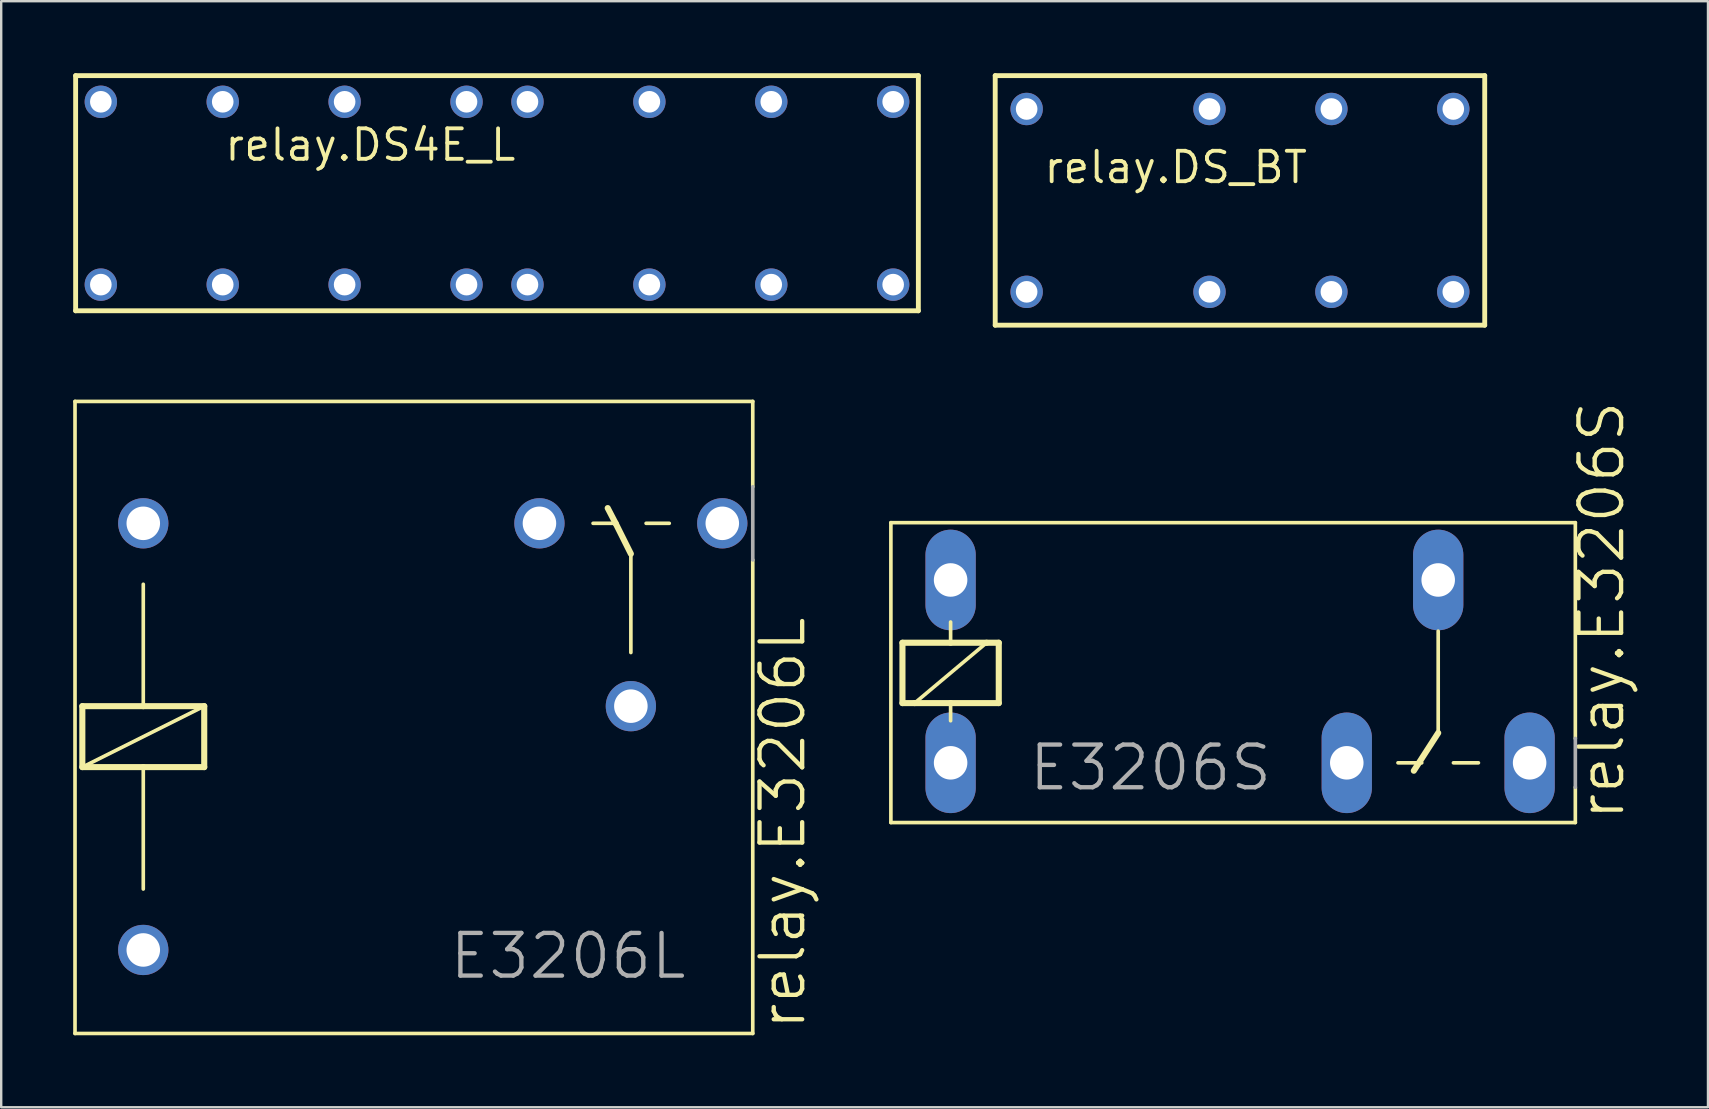
<source format=kicad_pcb>
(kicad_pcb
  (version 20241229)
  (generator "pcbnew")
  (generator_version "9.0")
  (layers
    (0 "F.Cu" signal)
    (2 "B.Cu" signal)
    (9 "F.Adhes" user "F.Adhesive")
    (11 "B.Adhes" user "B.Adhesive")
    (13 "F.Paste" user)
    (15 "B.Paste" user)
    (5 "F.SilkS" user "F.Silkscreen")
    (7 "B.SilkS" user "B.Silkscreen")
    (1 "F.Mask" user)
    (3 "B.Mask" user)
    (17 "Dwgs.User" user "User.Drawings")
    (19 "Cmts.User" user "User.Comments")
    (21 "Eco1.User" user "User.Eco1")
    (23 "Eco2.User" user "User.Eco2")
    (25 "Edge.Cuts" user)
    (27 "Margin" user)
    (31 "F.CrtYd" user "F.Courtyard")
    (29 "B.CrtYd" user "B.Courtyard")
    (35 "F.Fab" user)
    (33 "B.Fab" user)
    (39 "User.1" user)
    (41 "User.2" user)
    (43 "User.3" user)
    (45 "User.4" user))
  (footprint "relay.DS_BT"
    (layer "F.Cu")
    (at 48.625 5.302)
    (property "Reference" "relay.DS_BT" (at -8.255 -0.635 0) (layer "F.SilkS") (effects (font (size 1.27 1.27) (thickness 0.16)) (justify left bottom)))
    (attr through_hole)
    (fp_line (start -10.2 -5.2) (end 10.2 -5.2) (stroke (width 0.203) (type default)) (layer "F.SilkS"))
    (fp_line (start -10.2 5.2) (end -10.2 -5.2) (stroke (width 0.203) (type default)) (layer "F.SilkS"))
    (fp_line (start 10.2 -5.2) (end 10.2 5.2) (stroke (width 0.203) (type default)) (layer "F.SilkS"))
    (fp_line (start 10.2 5.2) (end -10.2 5.2) (stroke (width 0.203) (type default)) (layer "F.SilkS"))
    (pad "1" thru_hole circle (at -8.89 3.81) (size 1.35 1.35) (drill 0.9) (layers "*.Cu" "*.Mask"))
    (pad "4" thru_hole circle (at -1.27 3.81) (size 1.35 1.35) (drill 0.9) (layers "*.Cu" "*.Mask"))
    (pad "6" thru_hole circle (at 3.81 3.81) (size 1.35 1.35) (drill 0.9) (layers "*.Cu" "*.Mask"))
    (pad "8" thru_hole circle (at 8.89 3.81) (size 1.35 1.35) (drill 0.9) (layers "*.Cu" "*.Mask"))
    (pad "9" thru_hole circle (at 8.89 -3.81) (size 1.35 1.35) (drill 0.9) (layers "*.Cu" "*.Mask"))
    (pad "11" thru_hole circle (at 3.81 -3.81) (size 1.35 1.35) (drill 0.9) (layers "*.Cu" "*.Mask"))
    (pad "13" thru_hole circle (at -1.27 -3.81) (size 1.35 1.35) (drill 0.9) (layers "*.Cu" "*.Mask"))
    (pad "16" thru_hole circle (at -8.89 -3.81) (size 1.35 1.35) (drill 0.9) (layers "*.Cu" "*.Mask")))
  (footprint "relay.E3206S"
    (layer "F.Cu")
    (at 39.741 24.93)
    (property "Reference" "relay.E3206S" (at 24.994 6.299 90) (layer "F.SilkS") (effects (font (size 1.778 1.778) (thickness 0.18)) (justify left bottom)))
    (attr through_hole)
    (fp_line (start -5.664 -6.198) (end -5.664 6.299) (stroke (width 0.152) (type default)) (layer "F.SilkS"))
    (fp_line (start -5.664 6.299) (end 22.86 6.299) (stroke (width 0.152) (type default)) (layer "F.SilkS"))
    (fp_line (start -5.182 -1.194) (end -3.175 -1.194) (stroke (width 0.254) (type default)) (layer "F.SilkS"))
    (fp_line (start -5.182 1.321) (end -5.182 -1.194) (stroke (width 0.254) (type default)) (layer "F.SilkS"))
    (fp_line (start -4.674 1.321) (end -5.182 1.321) (stroke (width 0.254) (type default)) (layer "F.SilkS"))
    (fp_line (start -3.175 -2.057) (end -3.175 -1.194) (stroke (width 0.152) (type default)) (layer "F.SilkS"))
    (fp_line (start -3.175 -1.194) (end -1.676 -1.194) (stroke (width 0.254) (type default)) (layer "F.SilkS"))
    (fp_line (start -3.175 1.321) (end -4.674 1.321) (stroke (width 0.254) (type default)) (layer "F.SilkS"))
    (fp_line (start -3.175 1.321) (end -3.175 2.057) (stroke (width 0.152) (type default)) (layer "F.SilkS"))
    (fp_line (start -1.676 -1.194) (end -4.674 1.321) (stroke (width 0.152) (type default)) (layer "F.SilkS"))
    (fp_line (start -1.676 -1.194) (end -1.168 -1.194) (stroke (width 0.254) (type default)) (layer "F.SilkS"))
    (fp_line (start -1.168 -1.194) (end -1.168 1.321) (stroke (width 0.254) (type default)) (layer "F.SilkS"))
    (fp_line (start -1.168 1.321) (end -3.175 1.321) (stroke (width 0.254) (type default)) (layer "F.SilkS"))
    (fp_line (start 15.469 3.81) (end 16.459 3.81) (stroke (width 0.152) (type default)) (layer "F.SilkS"))
    (fp_line (start 17.145 -1.676) (end 17.145 2.565) (stroke (width 0.152) (type default)) (layer "F.SilkS"))
    (fp_line (start 17.145 2.565) (end 16.129 4.14) (stroke (width 0.254) (type default)) (layer "F.SilkS"))
    (fp_line (start 17.78 3.81) (end 18.821 3.81) (stroke (width 0.152) (type default)) (layer "F.SilkS"))
    (fp_line (start 22.86 -6.198) (end -5.664 -6.198) (stroke (width 0.152) (type default)) (layer "F.SilkS"))
    (fp_line (start 22.86 2.794) (end 22.86 -6.198) (stroke (width 0.152) (type default)) (layer "F.SilkS"))
    (fp_line (start 22.86 6.299) (end 22.86 4.826) (stroke (width 0.152) (type default)) (layer "F.SilkS"))
    (fp_line (start 22.86 2.794) (end 22.86 4.826) (stroke (width 0.152) (type default)) (layer "F.Fab"))
    (fp_text user "E3206S" (at 0 5.055 0) (layer "F.Fab") (effects (font (size 1.778 1.778) (thickness 0.18)) (justify left bottom)))
    (pad "1" thru_hole oval (at -3.175 -3.81 90) (size 4.191 2.095) (drill 1.397) (layers "*.Cu" "*.Mask"))
    (pad "2" thru_hole oval (at -3.175 3.81 90) (size 4.191 2.095) (drill 1.397) (layers "*.Cu" "*.Mask"))
    (pad "O" thru_hole oval (at 13.335 3.81 90) (size 4.191 2.095) (drill 1.397) (layers "*.Cu" "*.Mask"))
    (pad "P" thru_hole oval (at 17.145 -3.81 90) (size 4.191 2.095) (drill 1.397) (layers "*.Cu" "*.Mask"))
    (pad "S" thru_hole oval (at 20.955 3.81 90) (size 4.191 2.095) (drill 1.397) (layers "*.Cu" "*.Mask")))
  (footprint "relay.DS4E_L"
    (layer "F.Cu")
    (at 17.662 5.002)
    (property "Reference" "relay.DS4E_L" (at -11.43 -1.27 0) (layer "F.SilkS") (effects (font (size 1.27 1.27) (thickness 0.16)) (justify left bottom)))
    (attr through_hole)
    (fp_line (start -17.56 -4.9) (end 17.56 -4.9) (stroke (width 0.203) (type default)) (layer "F.SilkS"))
    (fp_line (start -17.56 4.9) (end -17.56 -4.9) (stroke (width 0.203) (type default)) (layer "F.SilkS"))
    (fp_line (start 17.56 -4.9) (end 17.56 4.9) (stroke (width 0.203) (type default)) (layer "F.SilkS"))
    (fp_line (start 17.56 4.9) (end -17.56 4.9) (stroke (width 0.203) (type default)) (layer "F.SilkS"))
    (pad "1" thru_hole circle (at -1.27 3.81 180) (size 1.35 1.35) (drill 0.9) (layers "*.Cu" "*.Mask"))
    (pad "2" thru_hole circle (at 1.27 3.81 180) (size 1.35 1.35) (drill 0.9) (layers "*.Cu" "*.Mask"))
    (pad "3" thru_hole circle (at -6.35 3.81 180) (size 1.35 1.35) (drill 0.9) (layers "*.Cu" "*.Mask"))
    (pad "4" thru_hole circle (at 6.35 3.81 180) (size 1.35 1.35) (drill 0.9) (layers "*.Cu" "*.Mask"))
    (pad "5" thru_hole circle (at -11.43 3.81 180) (size 1.35 1.35) (drill 0.9) (layers "*.Cu" "*.Mask"))
    (pad "6" thru_hole circle (at 11.43 3.81 180) (size 1.35 1.35) (drill 0.9) (layers "*.Cu" "*.Mask"))
    (pad "7" thru_hole circle (at -16.51 3.81 180) (size 1.35 1.35) (drill 0.9) (layers "*.Cu" "*.Mask"))
    (pad "8" thru_hole circle (at 16.51 3.81 180) (size 1.35 1.35) (drill 0.9) (layers "*.Cu" "*.Mask"))
    (pad "9" thru_hole circle (at 16.51 -3.81 180) (size 1.35 1.35) (drill 0.9) (layers "*.Cu" "*.Mask"))
    (pad "10" thru_hole circle (at -16.51 -3.81 180) (size 1.35 1.35) (drill 0.9) (layers "*.Cu" "*.Mask"))
    (pad "11" thru_hole circle (at 11.43 -3.81 180) (size 1.35 1.35) (drill 0.9) (layers "*.Cu" "*.Mask"))
    (pad "12" thru_hole circle (at -11.43 -3.81 180) (size 1.35 1.35) (drill 0.9) (layers "*.Cu" "*.Mask"))
    (pad "13" thru_hole circle (at 6.35 -3.81 180) (size 1.35 1.35) (drill 0.9) (layers "*.Cu" "*.Mask"))
    (pad "14" thru_hole circle (at -6.35 -3.81 180) (size 1.35 1.35) (drill 0.9) (layers "*.Cu" "*.Mask"))
    (pad "15" thru_hole circle (at 1.27 -3.81 180) (size 1.35 1.35) (drill 0.9) (layers "*.Cu" "*.Mask"))
    (pad "16" thru_hole circle (at -1.27 -3.81 180) (size 1.35 1.35) (drill 0.9) (layers "*.Cu" "*.Mask")))
  (footprint "relay.E3206L"
    (layer "F.Cu")
    (at 8.001 27.649)
    (property "Reference" "relay.E3206L" (at 22.606 12.319 90) (layer "F.SilkS") (effects (font (size 1.778 1.778) (thickness 0.18)) (justify left bottom)))
    (attr through_hole)
    (fp_line (start -7.925 -13.97) (end 20.32 -13.97) (stroke (width 0.152) (type default)) (layer "F.SilkS"))
    (fp_line (start -7.925 12.37) (end -7.925 -13.97) (stroke (width 0.152) (type default)) (layer "F.SilkS"))
    (fp_line (start -7.62 -1.27) (end -5.08 -1.27) (stroke (width 0.254) (type default)) (layer "F.SilkS"))
    (fp_line (start -7.62 1.27) (end -7.62 -1.27) (stroke (width 0.254) (type default)) (layer "F.SilkS"))
    (fp_line (start -5.08 -6.35) (end -5.08 -1.27) (stroke (width 0.152) (type default)) (layer "F.SilkS"))
    (fp_line (start -5.08 -1.27) (end -2.54 -1.27) (stroke (width 0.254) (type default)) (layer "F.SilkS"))
    (fp_line (start -5.08 1.27) (end -7.62 1.27) (stroke (width 0.254) (type default)) (layer "F.SilkS"))
    (fp_line (start -5.08 1.27) (end -5.08 6.35) (stroke (width 0.152) (type default)) (layer "F.SilkS"))
    (fp_line (start -2.54 -1.27) (end -7.62 1.27) (stroke (width 0.152) (type default)) (layer "F.SilkS"))
    (fp_line (start -2.54 -1.27) (end -2.54 1.27) (stroke (width 0.254) (type default)) (layer "F.SilkS"))
    (fp_line (start -2.54 1.27) (end -5.08 1.27) (stroke (width 0.254) (type default)) (layer "F.SilkS"))
    (fp_line (start 13.665 -8.89) (end 14.605 -8.89) (stroke (width 0.152) (type default)) (layer "F.SilkS"))
    (fp_line (start 14.605 -8.89) (end 14.275 -9.525) (stroke (width 0.254) (type default)) (layer "F.SilkS"))
    (fp_line (start 15.24 -7.62) (end 14.605 -8.89) (stroke (width 0.254) (type default)) (layer "F.SilkS"))
    (fp_line (start 15.24 -3.505) (end 15.24 -7.62) (stroke (width 0.152) (type default)) (layer "F.SilkS"))
    (fp_line (start 15.875 -8.89) (end 16.84 -8.89) (stroke (width 0.152) (type default)) (layer "F.SilkS"))
    (fp_line (start 20.32 -13.97) (end 20.32 -10.414) (stroke (width 0.152) (type default)) (layer "F.SilkS"))
    (fp_line (start 20.32 -7.366) (end 20.32 12.37) (stroke (width 0.152) (type default)) (layer "F.SilkS"))
    (fp_line (start 20.32 12.37) (end -7.925 12.37) (stroke (width 0.152) (type default)) (layer "F.SilkS"))
    (fp_line (start 20.32 -7.366) (end 20.32 -10.414) (stroke (width 0.152) (type default)) (layer "F.Fab"))
    (fp_text user "E3206L" (at 7.595 10.185 0) (layer "F.Fab") (effects (font (size 1.778 1.778) (thickness 0.18)) (justify left bottom)))
    (pad "1" thru_hole circle (at -5.08 -8.89) (size 2.095 2.095) (drill 1.397) (layers "*.Cu" "*.Mask"))
    (pad "2" thru_hole circle (at -5.08 8.89) (size 2.095 2.095) (drill 1.397) (layers "*.Cu" "*.Mask"))
    (pad "O" thru_hole circle (at 11.43 -8.89) (size 2.095 2.095) (drill 1.397) (layers "*.Cu" "*.Mask"))
    (pad "P" thru_hole circle (at 15.24 -1.27) (size 2.095 2.095) (drill 1.397) (layers "*.Cu" "*.Mask"))
    (pad "S" thru_hole circle (at 19.05 -8.89) (size 2.095 2.095) (drill 1.397) (layers "*.Cu" "*.Mask")))
  (gr_rect
    (start -3 -3)
    (end 68.129 43.095)
    (stroke (width 0.1) (type default))
    (fill no)
    (layer "Edge.Cuts")))
</source>
